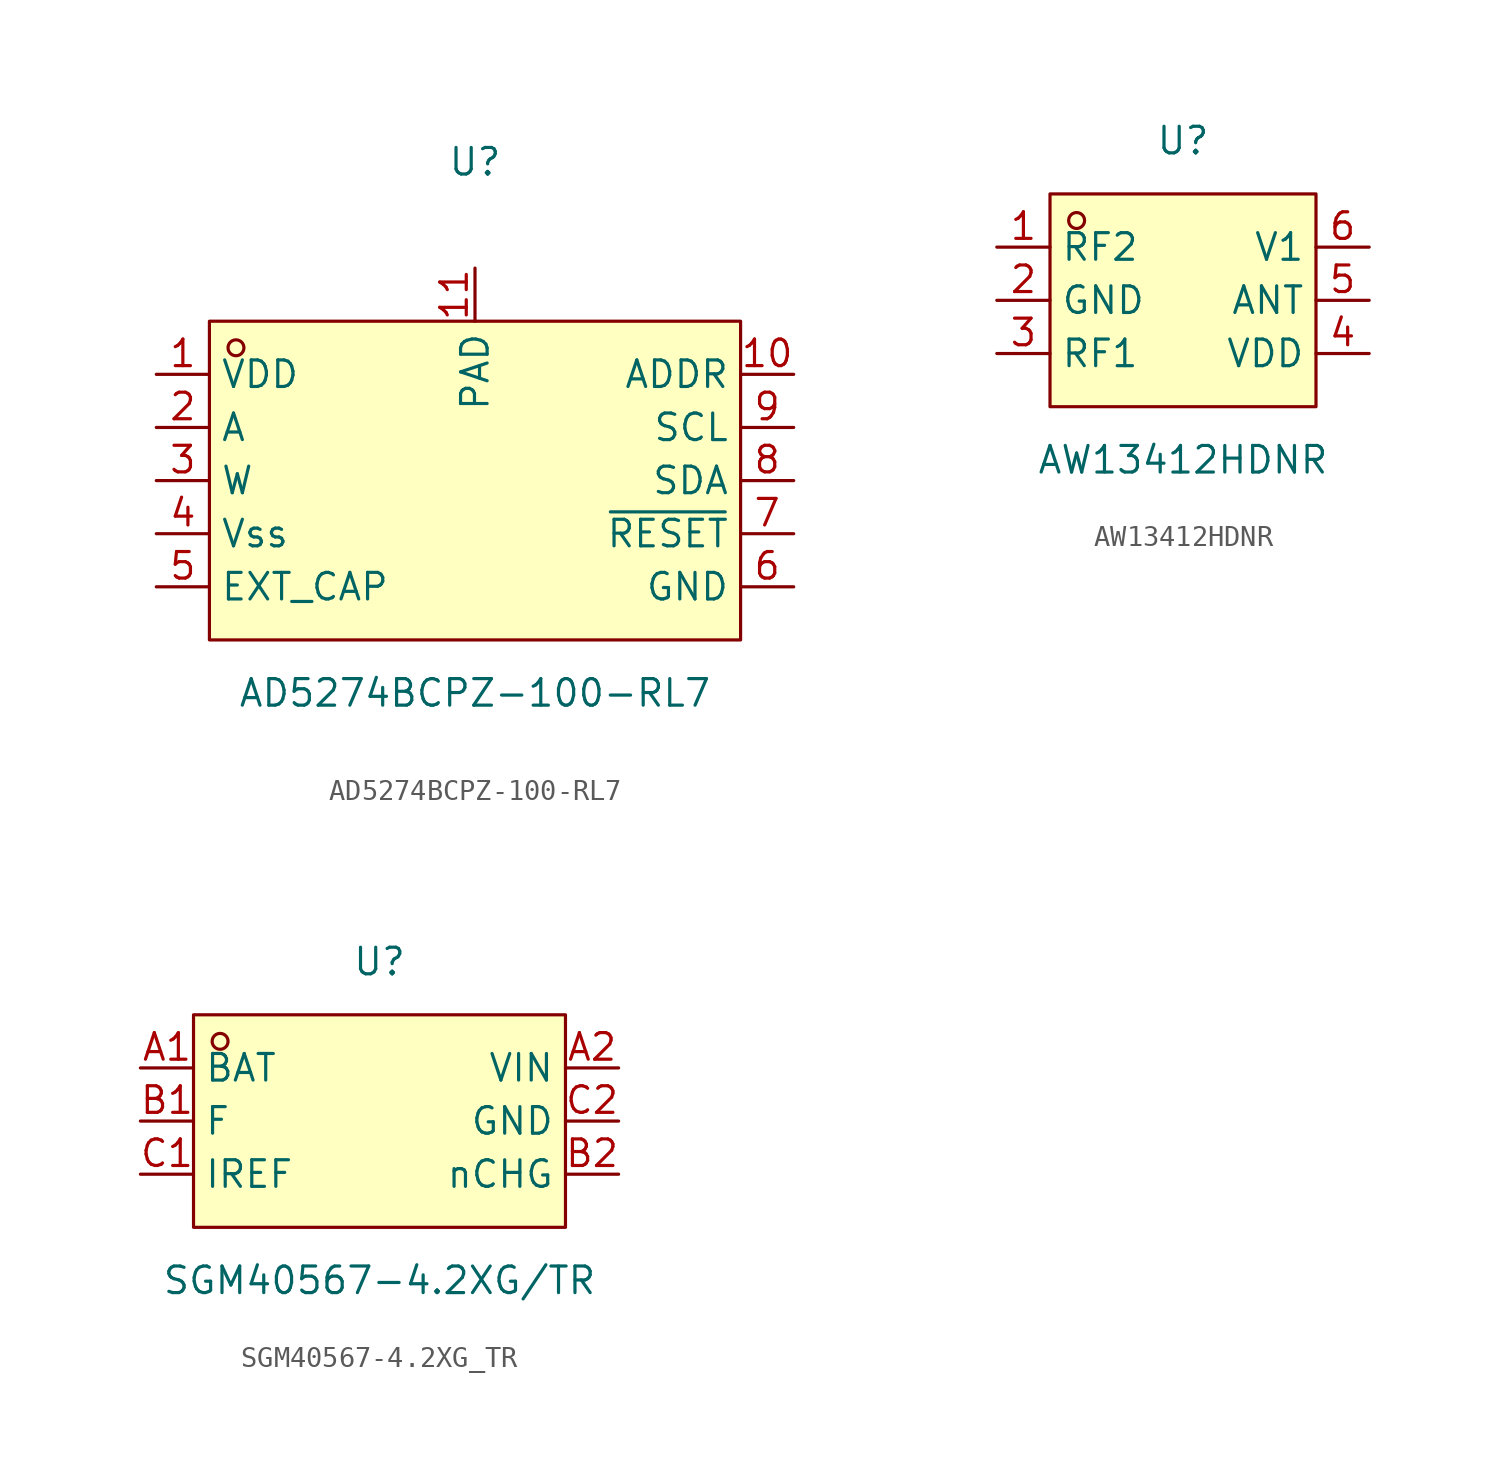
<source format=kicad_sym>
(kicad_symbol_lib
  (version 20211014)
  (generator https://github.com/uPesy/easyeda2kicad.py)
  (symbol "AD5274BCPZ-100-RL7"
    (property "Reference" "U"
      (at 0 15.24 0)
      (effects (font (size 1.27 1.27))))
    (property "Value" "AD5274BCPZ-100-RL7"
      (at 0 -10.16 0)
      (effects (font (size 1.27 1.27))))
    (symbol "AD5274BCPZ-100-RL7_0_1"
      (rectangle (start -12.70 7.62) (end 12.70 -7.62) (stroke (width 0) (type default) (color 0 0 0 0)) (fill (type background)))
      (circle (center -11.43 6.35) (radius 0.38) (stroke (width 0) (type default) (color 0 0 0 0)) (fill (type none)))
      (pin unspecified line (at -15.24 5.08 0) (length 2.54) (name "VDD" (effects (font (size 1.27 1.27)))) (number "1" (effects (font (size 1.27 1.27)))))
      (pin unspecified line (at -15.24 2.54 0) (length 2.54) (name "A" (effects (font (size 1.27 1.27)))) (number "2" (effects (font (size 1.27 1.27)))))
      (pin unspecified line (at -15.24 -0.00 0) (length 2.54) (name "W" (effects (font (size 1.27 1.27)))) (number "3" (effects (font (size 1.27 1.27)))))
      (pin unspecified line (at -15.24 -2.54 0) (length 2.54) (name "Vss" (effects (font (size 1.27 1.27)))) (number "4" (effects (font (size 1.27 1.27)))))
      (pin unspecified line (at -15.24 -5.08 0) (length 2.54) (name "EXT_CAP" (effects (font (size 1.27 1.27)))) (number "5" (effects (font (size 1.27 1.27)))))
      (pin unspecified line (at 15.24 -5.08 180) (length 2.54) (name "GND" (effects (font (size 1.27 1.27)))) (number "6" (effects (font (size 1.27 1.27)))))
      (pin unspecified line (at 15.24 -2.54 180) (length 2.54) (name "~{RESET}" (effects (font (size 1.27 1.27)))) (number "7" (effects (font (size 1.27 1.27)))))
      (pin unspecified line (at 15.24 -0.00 180) (length 2.54) (name "SDA" (effects (font (size 1.27 1.27)))) (number "8" (effects (font (size 1.27 1.27)))))
      (pin unspecified line (at 15.24 2.54 180) (length 2.54) (name "SCL" (effects (font (size 1.27 1.27)))) (number "9" (effects (font (size 1.27 1.27)))))
      (pin unspecified line (at 15.24 5.08 180) (length 2.54) (name "ADDR" (effects (font (size 1.27 1.27)))) (number "10" (effects (font (size 1.27 1.27)))))
      (pin unspecified line (at 0.00 10.16 270) (length 2.54) (name "PAD" (effects (font (size 1.27 1.27)))) (number "11" (effects (font (size 1.27 1.27)))))))
  (symbol "AW13412HDNR"
    (property "Reference" "U"
      (at 0 7.62 0)
      (effects (font (size 1.27 1.27))))
    (property "Value" "AW13412HDNR"
      (at 0 -7.62 0)
      (effects (font (size 1.27 1.27))))
    (symbol "AW13412HDNR_0_1"
      (rectangle (start -6.35 5.08) (end 6.35 -5.08) (stroke (width 0) (type default) (color 0 0 0 0)) (fill (type background)))
      (circle (center -5.08 3.81) (radius 0.38) (stroke (width 0) (type default) (color 0 0 0 0)) (fill (type none)))
      (pin unspecified line (at -8.89 2.54 0) (length 2.54) (name "RF2" (effects (font (size 1.27 1.27)))) (number "1" (effects (font (size 1.27 1.27)))))
      (pin unspecified line (at -8.89 -0.00 0) (length 2.54) (name "GND" (effects (font (size 1.27 1.27)))) (number "2" (effects (font (size 1.27 1.27)))))
      (pin unspecified line (at -8.89 -2.54 0) (length 2.54) (name "RF1" (effects (font (size 1.27 1.27)))) (number "3" (effects (font (size 1.27 1.27)))))
      (pin unspecified line (at 8.89 -2.54 180) (length 2.54) (name "VDD" (effects (font (size 1.27 1.27)))) (number "4" (effects (font (size 1.27 1.27)))))
      (pin unspecified line (at 8.89 -0.00 180) (length 2.54) (name "ANT" (effects (font (size 1.27 1.27)))) (number "5" (effects (font (size 1.27 1.27)))))
      (pin unspecified line (at 8.89 2.54 180) (length 2.54) (name "V1" (effects (font (size 1.27 1.27)))) (number "6" (effects (font (size 1.27 1.27)))))))
  (symbol "SGM40567-4.2XG_TR"
    (property "Reference" "U"
      (at 0 7.62 0)
      (effects (font (size 1.27 1.27))))
    (property "Value" "SGM40567-4.2XG/TR"
      (at 0 -7.62 0)
      (effects (font (size 1.27 1.27))))
    (symbol "SGM40567-4.2XG_TR_0_1"
      (rectangle (start -8.89 5.08) (end 8.89 -5.08) (stroke (width 0) (type default) (color 0 0 0 0)) (fill (type background)))
      (circle (center -7.62 3.81) (radius 0.38) (stroke (width 0) (type default) (color 0 0 0 0)) (fill (type none)))
      (pin unspecified line (at -11.43 2.54 0) (length 2.54) (name "BAT" (effects (font (size 1.27 1.27)))) (number "A1" (effects (font (size 1.27 1.27)))))
      (pin unspecified line (at -11.43 -0.00 0) (length 2.54) (name "F" (effects (font (size 1.27 1.27)))) (number "B1" (effects (font (size 1.27 1.27)))))
      (pin unspecified line (at -11.43 -2.54 0) (length 2.54) (name "IREF" (effects (font (size 1.27 1.27)))) (number "C1" (effects (font (size 1.27 1.27)))))
      (pin unspecified line (at 11.43 -2.54 180) (length 2.54) (name "nCHG" (effects (font (size 1.27 1.27)))) (number "B2" (effects (font (size 1.27 1.27)))))
      (pin unspecified line (at 11.43 -0.00 180) (length 2.54) (name "GND" (effects (font (size 1.27 1.27)))) (number "C2" (effects (font (size 1.27 1.27)))))
      (pin unspecified line (at 11.43 2.54 180) (length 2.54) (name "VIN" (effects (font (size 1.27 1.27)))) (number "A2" (effects (font (size 1.27 1.27))))))))
</source>
